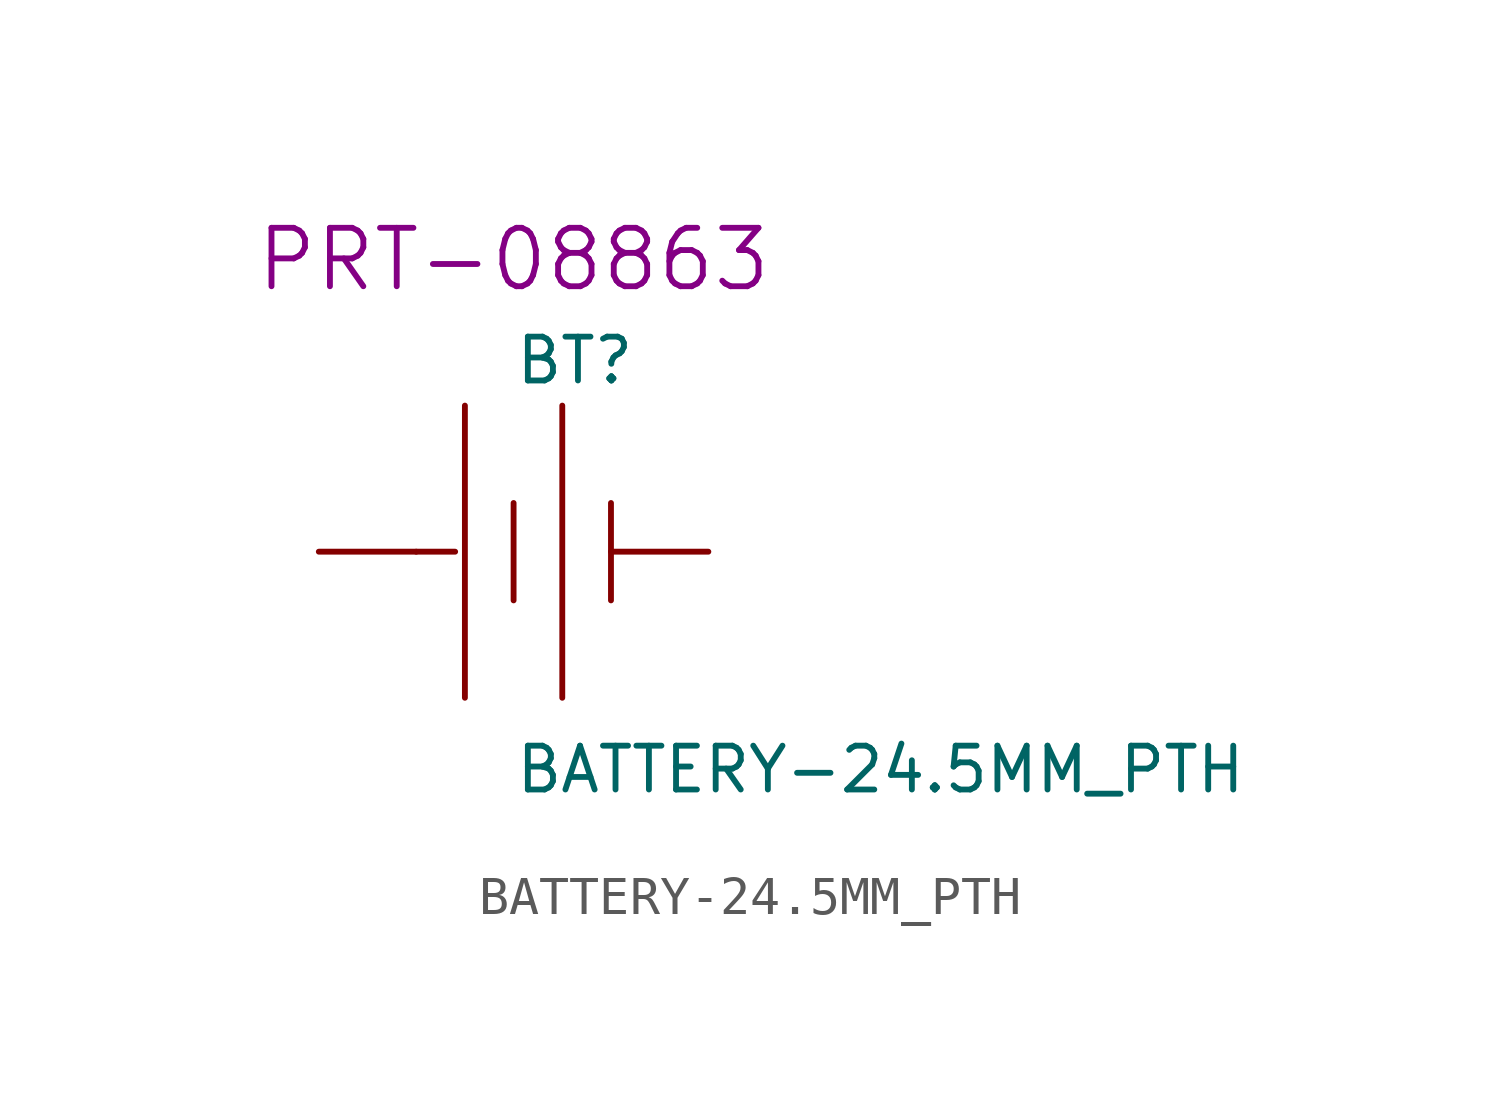
<source format=kicad_sym>
(kicad_symbol_lib
  (version 20211014)
  (generator kicad_symbol_editor)
  (symbol "BATTERY-24.5MM_PTH"
    (pin_numbers hide)
    (pin_names
      (offset 1.016) hide)
    (property "Reference" "BT"
      (at 0 4.318 0)
      (effects (font (size 1.143 1.143)) (justify left bottom)))
    (property "Value" "BATTERY-24.5MM_PTH"
      (at 0 -6.35 0)
      (effects (font (size 1.143 1.143)) (justify left bottom)))
    (property "Field4" "PRT-08863"
      (at 0 7.62 0)
      (effects (font (size 1.524 1.524))))
    (property "ki_locked" ""
      (at 0 0 0)
      (effects (font (size 1.27 1.27))))
    (symbol "BATTERY-24.5MM_PTH_1_0"
      (polyline (pts (xy -2.54 0) (xy -1.524 0)) (stroke (width 0) (type default) (color 0 0 0 0)) (fill (type none)))
      (polyline (pts (xy -1.27 3.81) (xy -1.27 -3.81)) (stroke (width 0) (type default) (color 0 0 0 0)) (fill (type none)))
      (polyline (pts (xy 0 1.27) (xy 0 -1.27)) (stroke (width 0) (type default) (color 0 0 0 0)) (fill (type none)))
      (polyline (pts (xy 1.27 3.81) (xy 1.27 -3.81)) (stroke (width 0) (type default) (color 0 0 0 0)) (fill (type none)))
      (polyline (pts (xy 2.54 1.27) (xy 2.54 -1.27)) (stroke (width 0) (type default) (color 0 0 0 0)) (fill (type none))))
    (symbol "BATTERY-24.5MM_PTH_1_1"
      (pin power_in line (at 5.08 0 180) (length 2.54) (name "-" (effects (font (size 1.016 1.016)))) (number "2" (effects (font (size 1.016 1.016)))))
      (pin power_in line (at -5.08 0 0) (length 2.54) (name "+" (effects (font (size 1.016 1.016)))) (number "3" (effects (font (size 1.016 1.016))))))))
</source>
